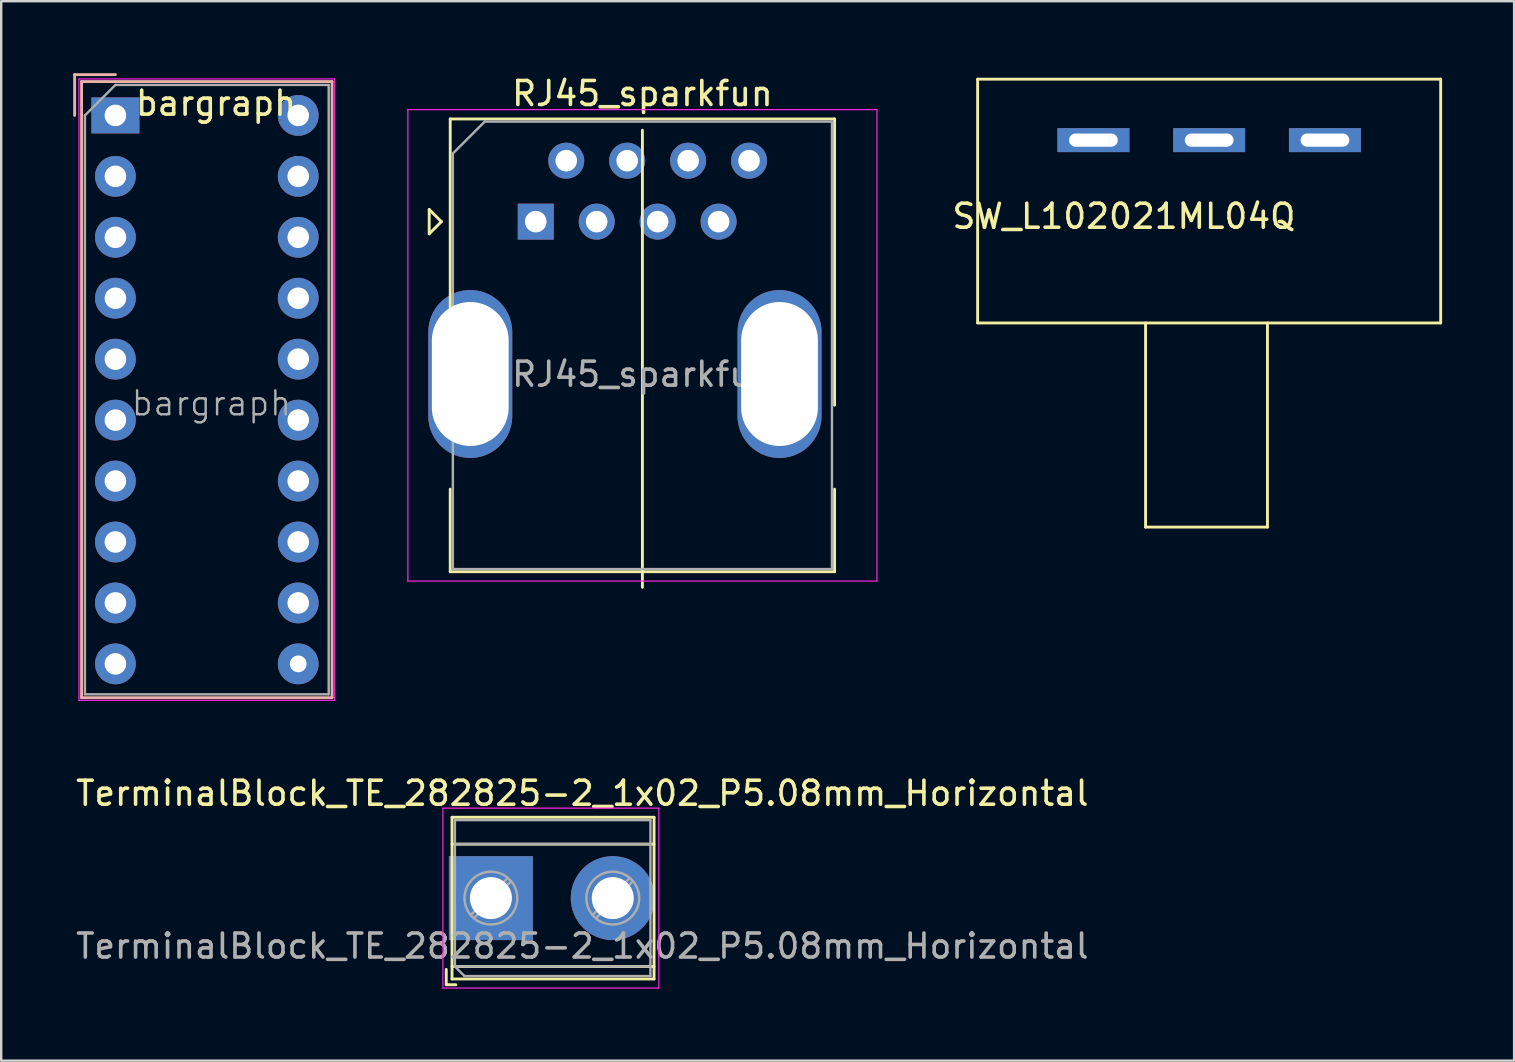
<source format=kicad_pcb>
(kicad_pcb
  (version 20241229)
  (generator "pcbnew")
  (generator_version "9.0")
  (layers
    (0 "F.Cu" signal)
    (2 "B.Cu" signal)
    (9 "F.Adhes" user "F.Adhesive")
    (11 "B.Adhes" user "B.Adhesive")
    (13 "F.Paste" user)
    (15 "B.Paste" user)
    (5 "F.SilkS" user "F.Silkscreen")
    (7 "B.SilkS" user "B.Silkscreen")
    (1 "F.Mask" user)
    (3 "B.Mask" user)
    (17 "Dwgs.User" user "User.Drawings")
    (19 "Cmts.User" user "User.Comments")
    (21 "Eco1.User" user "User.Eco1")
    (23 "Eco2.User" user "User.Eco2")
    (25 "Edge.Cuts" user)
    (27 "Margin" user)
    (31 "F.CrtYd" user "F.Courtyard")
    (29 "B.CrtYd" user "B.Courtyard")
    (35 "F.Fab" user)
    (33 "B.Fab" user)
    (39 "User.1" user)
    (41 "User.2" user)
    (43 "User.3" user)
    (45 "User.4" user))
  (footprint "SW_L102021ML04Q"
    (layer "F.Cu")
    (at 37.697 0.25)
    (property "Reference" "SW_L102021ML04Q" (at 6.096 5.715 0) (layer "F.SilkS") (effects (font (size 1 1) (thickness 0.15))))
    (attr through_hole)
    (fp_line (start 0 0) (end 0 10.16) (stroke (width 0.12) (type solid)) (layer "F.SilkS"))
    (fp_line (start 0 0) (end 19.3 0) (stroke (width 0.12) (type solid)) (layer "F.SilkS"))
    (fp_line (start 0 10.16) (end 19.3 10.16) (stroke (width 0.12) (type solid)) (layer "F.SilkS"))
    (fp_line (start 7 10.16) (end 7 18.67) (stroke (width 0.12) (type solid)) (layer "F.SilkS"))
    (fp_line (start 7 18.67) (end 12.08 18.67) (stroke (width 0.12) (type solid)) (layer "F.SilkS"))
    (fp_line (start 12.08 10.16) (end 12.08 18.67) (stroke (width 0.12) (type solid)) (layer "F.SilkS"))
    (fp_line (start 19.3 0) (end 19.3 10.16) (stroke (width 0.12) (type solid)) (layer "F.SilkS"))
    (pad "1" thru_hole custom (at 4.825 2.54) (size 3 1) (drill oval 2.03 0.55) (layers "*.Cu" "*.Mask") (options (anchor rect)) (primitives))
    (pad "2" thru_hole custom (at 9.65 2.54) (size 3 1) (drill oval 2.03 0.55) (layers "*.Cu" "*.Mask") (options (anchor rect)) (primitives))
    (pad "3" thru_hole custom (at 14.475 2.54) (size 3 1) (drill oval 2.03 0.55) (layers "*.Cu" "*.Mask") (options (anchor rect)) (primitives)))
  (footprint "RJ45_sparkfun"
    (layer "F.Cu")
    (at 19.28 6.188)
    (property "Reference" "RJ45_sparkfun" (at 4.445 -5.34 0) (layer "F.SilkS") (effects (font (size 1 1) (thickness 0.15))))
    (attr through_hole)
    (fp_line (start -4.441 -0.508) (end -4.441 0.508) (stroke (width 0.12) (type solid)) (layer "F.SilkS"))
    (fp_line (start -4.441 0.508) (end -3.933 0) (stroke (width 0.12) (type solid)) (layer "F.SilkS"))
    (fp_line (start -3.933 0) (end -4.441 -0.508) (stroke (width 0.12) (type solid)) (layer "F.SilkS"))
    (fp_line (start -3.565 -4.28) (end -3.565 7.65) (stroke (width 0.12) (type solid)) (layer "F.SilkS"))
    (fp_line (start -3.565 11.15) (end -3.565 14.59) (stroke (width 0.12) (type solid)) (layer "F.SilkS"))
    (fp_line (start 4.445 -3.81) (end 4.445 15.24) (stroke (width 0.12) (type solid)) (layer "F.SilkS"))
    (fp_line (start 12.455 -4.28) (end -3.565 -4.28) (stroke (width 0.12) (type solid)) (layer "F.SilkS"))
    (fp_line (start 12.455 -4.28) (end 12.455 7.65) (stroke (width 0.12) (type solid)) (layer "F.SilkS"))
    (fp_line (start 12.455 11.15) (end 12.455 14.59) (stroke (width 0.12) (type solid)) (layer "F.SilkS"))
    (fp_line (start 12.455 14.59) (end -3.565 14.59) (stroke (width 0.12) (type solid)) (layer "F.SilkS"))
    (fp_line (start -5.33 -4.67) (end 14.22 -4.67) (stroke (width 0.05) (type solid)) (layer "F.CrtYd"))
    (fp_line (start -5.33 14.98) (end -5.33 -4.67) (stroke (width 0.05) (type solid)) (layer "F.CrtYd"))
    (fp_line (start 14.22 -4.67) (end 14.22 14.98) (stroke (width 0.05) (type solid)) (layer "F.CrtYd"))
    (fp_line (start 14.22 14.98) (end -5.33 14.98) (stroke (width 0.05) (type solid)) (layer "F.CrtYd"))
    (fp_line (start -3.455 -2.84) (end -3.455 14.48) (stroke (width 0.1) (type solid)) (layer "F.Fab"))
    (fp_line (start -3.455 -2.84) (end -2.125 -4.17) (stroke (width 0.1) (type solid)) (layer "F.Fab"))
    (fp_line (start 12.345 -4.17) (end -2.125 -4.17) (stroke (width 0.1) (type solid)) (layer "F.Fab"))
    (fp_line (start 12.345 14.48) (end -3.455 14.48) (stroke (width 0.1) (type solid)) (layer "F.Fab"))
    (fp_line (start 12.345 14.48) (end 12.345 -4.17) (stroke (width 0.1) (type solid)) (layer "F.Fab"))
    (fp_text user "${REFERENCE}" (at 4.445 6.36 0) (layer "F.Fab") (effects (font (size 1 1) (thickness 0.15))))
    (pad "1" thru_hole rect (at 0 0 180) (size 1.5 1.5) (drill 0.9) (layers "*.Cu" "*.Mask"))
    (pad "2" thru_hole circle (at 1.27 -2.54 180) (size 1.5 1.5) (drill 0.9) (layers "*.Cu" "*.Mask"))
    (pad "3" thru_hole circle (at 2.54 0 180) (size 1.5 1.5) (drill 0.9) (layers "*.Cu" "*.Mask"))
    (pad "4" thru_hole circle (at 3.81 -2.54 180) (size 1.5 1.5) (drill 0.9) (layers "*.Cu" "*.Mask"))
    (pad "5" thru_hole circle (at 5.08 0 180) (size 1.5 1.5) (drill 0.9) (layers "*.Cu" "*.Mask"))
    (pad "6" thru_hole circle (at 6.35 -2.54 180) (size 1.5 1.5) (drill 0.9) (layers "*.Cu" "*.Mask"))
    (pad "7" thru_hole circle (at 7.62 0 180) (size 1.5 1.5) (drill 0.9) (layers "*.Cu" "*.Mask"))
    (pad "8" thru_hole circle (at 8.89 -2.54 180) (size 1.5 1.5) (drill 0.9) (layers "*.Cu" "*.Mask"))
    (pad "SH" thru_hole oval (at -2.73 6.35) (size 3.5 7) (drill oval 3.2 6) (layers "*.Cu" "*.Mask"))
    (pad "SH" thru_hole oval (at 10.16 6.35 180) (size 3.5 7) (drill oval 3.2 6) (layers "*.Cu" "*.Mask")))
  (footprint "bargraph"
    (layer "F.Cu")
    (at 1.76 1.76)
    (property "Reference" "bargraph" (at 4.191 -0.508 0) (layer "F.SilkS") (effects (font (size 1 1) (thickness 0.15))))
    (attr through_hole)
    (fp_line (start -1.7 -1.7) (end -1.7 0) (stroke (width 0.12) (type solid)) (layer "B.SilkS"))
    (fp_line (start -1.41 -1.41) (end 9.03 -1.41) (stroke (width 0.12) (type solid)) (layer "B.SilkS"))
    (fp_line (start -1.41 24.27) (end -1.41 -1.41) (stroke (width 0.12) (type solid)) (layer "B.SilkS"))
    (fp_line (start 0 -1.7) (end -1.7 -1.7) (stroke (width 0.12) (type solid)) (layer "B.SilkS"))
    (fp_line (start 9.03 -1.41) (end 9.03 24.27) (stroke (width 0.12) (type solid)) (layer "B.SilkS"))
    (fp_line (start 9.03 24.27) (end -1.41 24.27) (stroke (width 0.12) (type solid)) (layer "B.SilkS"))
    (fp_line (start -1.52 -1.52) (end -1.52 24.38) (stroke (width 0.05) (type solid)) (layer "F.CrtYd"))
    (fp_line (start -1.52 -1.52) (end 9.14 -1.52) (stroke (width 0.05) (type solid)) (layer "F.CrtYd"))
    (fp_line (start -1.52 24.38) (end 9.14 24.38) (stroke (width 0.05) (type solid)) (layer "F.CrtYd"))
    (fp_line (start 9.14 24.38) (end 9.14 -1.52) (stroke (width 0.05) (type solid)) (layer "F.CrtYd"))
    (fp_line (start -1.27 0) (end -1.27 24.13) (stroke (width 0.1) (type solid)) (layer "F.Fab"))
    (fp_line (start -1.27 24.13) (end 8.89 24.13) (stroke (width 0.1) (type solid)) (layer "F.Fab"))
    (fp_line (start 0 -1.27) (end -1.27 0) (stroke (width 0.1) (type solid)) (layer "F.Fab"))
    (fp_line (start 0 -1.27) (end 8.89 -1.27) (stroke (width 0.1) (type solid)) (layer "F.Fab"))
    (fp_line (start 8.89 -1.27) (end 8.89 24.13) (stroke (width 0.1) (type solid)) (layer "F.Fab"))
    (fp_text user "${REFERENCE}" (at 4 12 0) (layer "F.Fab") (effects (font (size 1 1) (thickness 0.1))))
    (pad "1" thru_hole rect (at 0 0 270) (size 1.5 2) (drill 0.9) (layers "*.Cu" "*.Mask"))
    (pad "2" thru_hole circle (at 0 2.54 270) (size 1.7 1.7) (drill 0.9) (layers "*.Cu" "*.Mask"))
    (pad "3" thru_hole circle (at 0 5.08 270) (size 1.7 1.7) (drill 0.9) (layers "*.Cu" "*.Mask"))
    (pad "4" thru_hole circle (at 0 7.62 270) (size 1.7 1.7) (drill 0.9) (layers "*.Cu" "*.Mask"))
    (pad "5" thru_hole circle (at 0 10.16 270) (size 1.7 1.7) (drill 0.9) (layers "*.Cu" "*.Mask"))
    (pad "6" thru_hole circle (at 0 12.7 270) (size 1.7 1.7) (drill 0.9) (layers "*.Cu" "*.Mask"))
    (pad "7" thru_hole circle (at 0 15.24 270) (size 1.7 1.7) (drill 0.9) (layers "*.Cu" "*.Mask"))
    (pad "8" thru_hole circle (at 0 17.78 270) (size 1.7 1.7) (drill 0.9) (layers "*.Cu" "*.Mask"))
    (pad "9" thru_hole circle (at 0 20.32 270) (size 1.7 1.7) (drill 0.9) (layers "*.Cu" "*.Mask"))
    (pad "10" thru_hole circle (at 0 22.86 270) (size 1.7 1.7) (drill 0.9) (layers "*.Cu" "*.Mask"))
    (pad "11" thru_hole circle (at 7.62 22.86 270) (size 1.7 1.7) (drill 0.7) (layers "*.Cu" "*.Mask"))
    (pad "12" thru_hole circle (at 7.62 20.32 270) (size 1.7 1.7) (drill 0.9) (layers "*.Cu" "*.Mask"))
    (pad "13" thru_hole circle (at 7.62 17.78 270) (size 1.7 1.7) (drill 0.9) (layers "*.Cu" "*.Mask"))
    (pad "14" thru_hole circle (at 7.62 15.24 270) (size 1.7 1.7) (drill 0.9) (layers "*.Cu" "*.Mask"))
    (pad "15" thru_hole circle (at 7.62 12.7 270) (size 1.7 1.7) (drill 0.9) (layers "*.Cu" "*.Mask"))
    (pad "16" thru_hole circle (at 7.62 10.16 270) (size 1.7 1.7) (drill 0.9) (layers "*.Cu" "*.Mask"))
    (pad "17" thru_hole circle (at 7.62 7.62 270) (size 1.7 1.7) (drill 0.9) (layers "*.Cu" "*.Mask"))
    (pad "18" thru_hole circle (at 7.62 5.08 270) (size 1.7 1.7) (drill 0.9) (layers "*.Cu" "*.Mask"))
    (pad "19" thru_hole circle (at 7.62 2.54 270) (size 1.7 1.7) (drill 0.9) (layers "*.Cu" "*.Mask"))
    (pad "20" thru_hole circle (at 7.62 0 270) (size 1.7 1.7) (drill 0.9) (layers "*.Cu" "*.Mask")))
  (footprint "TerminalBlock_TE_282825-2_1x02_P5.08mm_Horizontal"
    (layer "F.Cu")
    (at 17.41 34.383)
    (property "Reference" "TerminalBlock_TE_282825-2_1x02_P5.08mm_Horizontal" (at 3.81 -4.37 0) (layer "F.SilkS") (effects (font (size 1 1) (thickness 0.15))))
    (attr through_hole)
    (fp_line (start -1.86 2.97) (end -1.86 3.61) (stroke (width 0.12) (type solid)) (layer "F.SilkS"))
    (fp_line (start -1.86 3.61) (end -1.46 3.61) (stroke (width 0.12) (type solid)) (layer "F.SilkS"))
    (fp_line (start -1.62 -3.37) (end -1.62 3.37) (stroke (width 0.12) (type solid)) (layer "F.SilkS"))
    (fp_line (start -1.62 -3.37) (end 6.8 -3.37) (stroke (width 0.12) (type solid)) (layer "F.SilkS"))
    (fp_line (start -1.62 -2.25) (end 6.8 -2.25) (stroke (width 0.12) (type solid)) (layer "F.SilkS"))
    (fp_line (start -1.62 2.85) (end 6.8 2.85) (stroke (width 0.12) (type solid)) (layer "F.SilkS"))
    (fp_line (start -1.62 3.37) (end 6.8 3.37) (stroke (width 0.12) (type solid)) (layer "F.SilkS"))
    (fp_line (start 6.8 -3.37) (end 6.8 3.37) (stroke (width 0.12) (type solid)) (layer "F.SilkS"))
    (fp_line (start -2 -3.75) (end -2 3.75) (stroke (width 0.05) (type solid)) (layer "F.CrtYd"))
    (fp_line (start -2 3.75) (end 7 3.75) (stroke (width 0.05) (type solid)) (layer "F.CrtYd"))
    (fp_line (start 7 -3.75) (end -2 -3.75) (stroke (width 0.05) (type solid)) (layer "F.CrtYd"))
    (fp_line (start 7 3.75) (end 7 -3.75) (stroke (width 0.05) (type solid)) (layer "F.CrtYd"))
    (fp_line (start -1.5 -3.25) (end 6.65 -3.25) (stroke (width 0.1) (type solid)) (layer "F.Fab"))
    (fp_line (start -1.5 -2.25) (end 6.65 -2.25) (stroke (width 0.1) (type solid)) (layer "F.Fab"))
    (fp_line (start -1.5 2.85) (end -1.5 -3.25) (stroke (width 0.1) (type solid)) (layer "F.Fab"))
    (fp_line (start -1.5 2.85) (end 6.65 2.85) (stroke (width 0.1) (type solid)) (layer "F.Fab"))
    (fp_line (start -1.1 3.25) (end -1.5 2.85) (stroke (width 0.1) (type solid)) (layer "F.Fab"))
    (fp_line (start 0.701 -0.835) (end -0.835 0.7) (stroke (width 0.1) (type solid)) (layer "F.Fab"))
    (fp_line (start 0.835 -0.7) (end -0.701 0.835) (stroke (width 0.1) (type solid)) (layer "F.Fab"))
    (fp_line (start 5.781 -0.835) (end 4.246 0.7) (stroke (width 0.1) (type solid)) (layer "F.Fab"))
    (fp_line (start 5.915 -0.7) (end 4.38 0.835) (stroke (width 0.1) (type solid)) (layer "F.Fab"))
    (fp_line (start 6.65 -3.25) (end 6.65 3.25) (stroke (width 0.1) (type solid)) (layer "F.Fab"))
    (fp_line (start 6.65 3.25) (end -1.1 3.25) (stroke (width 0.1) (type solid)) (layer "F.Fab"))
    (fp_circle (center 0 0) (end 1.1 0) (stroke (width 0.1) (type solid)) (fill no) (layer "F.Fab"))
    (fp_circle (center 5.08 0) (end 6.18 0) (stroke (width 0.1) (type solid)) (fill no) (layer "F.Fab"))
    (fp_text user "${REFERENCE}" (at 3.81 2 0) (layer "F.Fab") (effects (font (size 1 1) (thickness 0.15))))
    (pad "1" thru_hole rect (at 0 0) (size 3.5 3.5) (drill 1.75) (layers "*.Cu" "*.Mask"))
    (pad "2" thru_hole circle (at 5.08 0) (size 3.5 3.5) (drill 1.75) (layers "*.Cu" "*.Mask")))
  (gr_rect
    (start -3 -3)
    (end 60.057 41.158)
    (stroke (width 0.1) (type default))
    (fill no)
    (layer "Edge.Cuts")))
</source>
